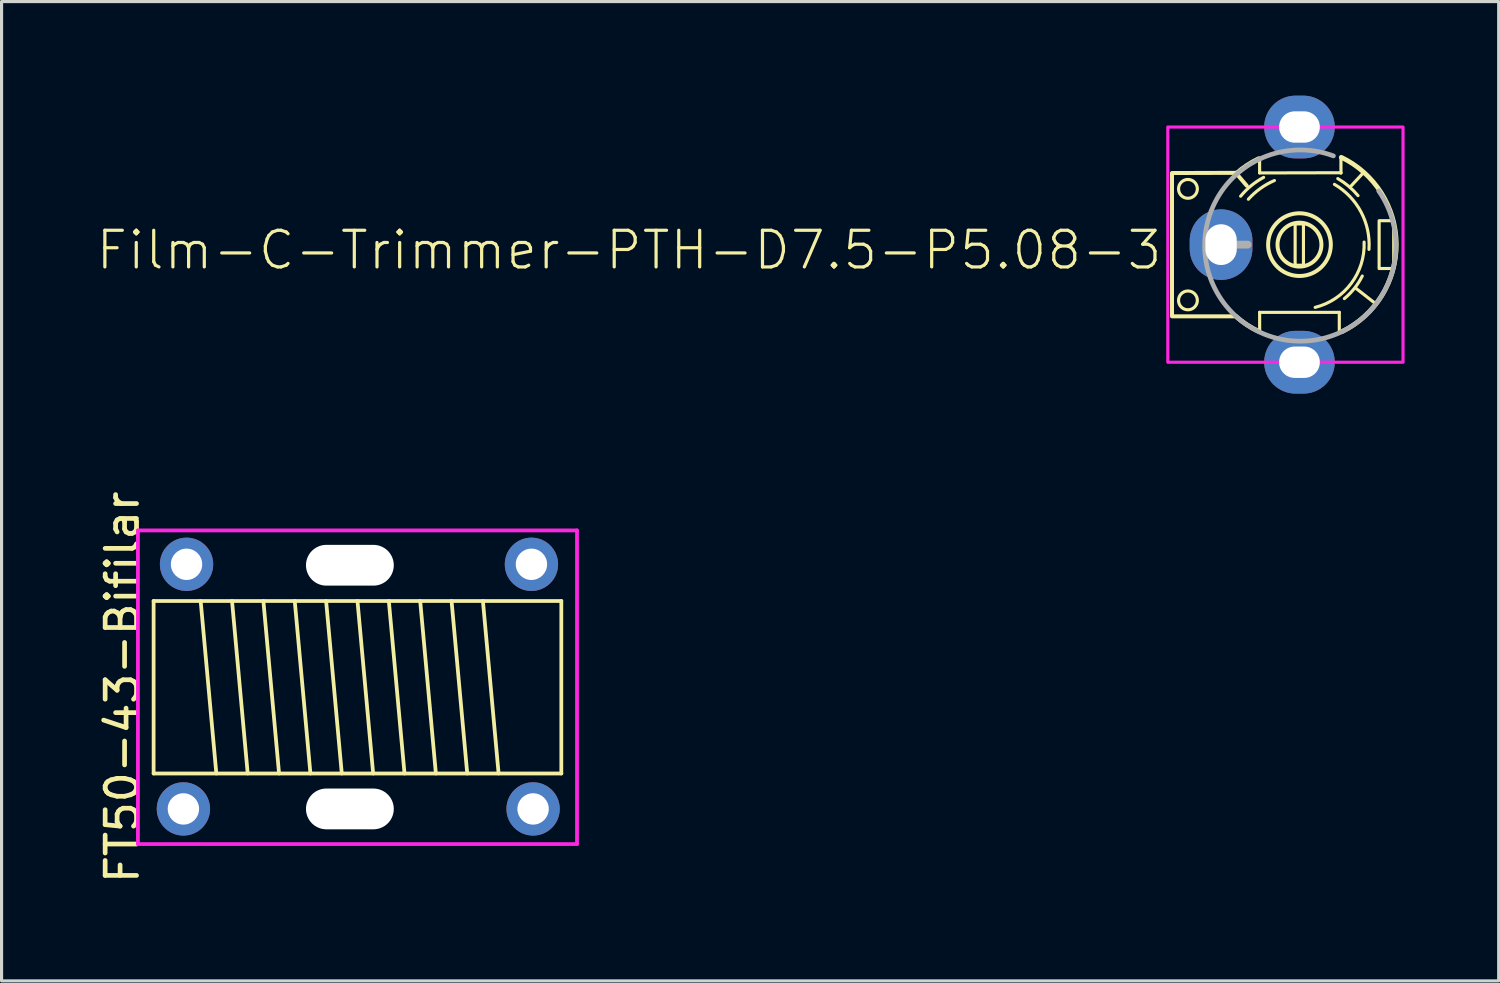
<source format=kicad_pcb>
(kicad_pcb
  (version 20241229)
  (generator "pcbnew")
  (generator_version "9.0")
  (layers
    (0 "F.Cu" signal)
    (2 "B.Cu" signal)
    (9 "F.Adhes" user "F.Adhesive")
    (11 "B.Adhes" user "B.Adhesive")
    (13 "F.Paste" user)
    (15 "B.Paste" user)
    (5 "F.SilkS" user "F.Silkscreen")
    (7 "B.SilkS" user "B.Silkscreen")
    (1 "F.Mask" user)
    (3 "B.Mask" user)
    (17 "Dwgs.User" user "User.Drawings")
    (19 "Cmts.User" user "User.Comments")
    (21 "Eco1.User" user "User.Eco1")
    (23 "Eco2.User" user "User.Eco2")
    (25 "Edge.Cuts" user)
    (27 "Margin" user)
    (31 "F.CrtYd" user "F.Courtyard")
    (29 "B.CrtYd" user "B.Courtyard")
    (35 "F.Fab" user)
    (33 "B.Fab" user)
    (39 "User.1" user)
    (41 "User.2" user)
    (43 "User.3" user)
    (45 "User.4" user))
  (footprint "Film-C-Trimmer-PTH-D7.5-P5.08-3"
    (layer "F.Cu")
    (at 38.384 4.75)
    (property "Reference" "Film-C-Trimmer-PTH-D7.5-P5.08-3" (at -4.318 -0.508 0) (layer "F.SilkS") (effects (font (size 1.168 1.168) (thickness 0.102)) (justify right top)))
    (fp_line (start -4.064 -2.25) (end -4.064 2.25) (stroke (width 0.127) (type solid)) (layer "F.SilkS"))
    (fp_line (start -4.064 2.286) (end -2.093 2.286) (stroke (width 0.127) (type solid)) (layer "F.SilkS"))
    (fp_line (start -2.032 -2.289) (end -4.064 -2.283) (stroke (width 0.127) (type solid)) (layer "F.SilkS"))
    (fp_line (start -2.032 -2.289) (end -1.679 -1.876) (stroke (width 0.127) (type solid)) (layer "F.SilkS"))
    (fp_line (start -1.271 -2.734) (end -1.27 -2.286) (stroke (width 0.1) (type default)) (layer "F.SilkS"))
    (fp_line (start -1.27 -2.286) (end 1.326 -2.292) (stroke (width 0.1) (type default)) (layer "F.SilkS"))
    (fp_line (start -1.27 2.159) (end -1.269 2.764) (stroke (width 0.1) (type default)) (layer "F.SilkS"))
    (fp_line (start -1.27 2.159) (end 1.27 2.159) (stroke (width 0.1) (type default)) (layer "F.SilkS"))
    (fp_line (start 1.27 2.765) (end 1.27 2.159) (stroke (width 0.1) (type default)) (layer "F.SilkS"))
    (fp_line (start 1.323 -2.279) (end 1.323 -2.764) (stroke (width 0.1) (type default)) (layer "F.SilkS"))
    (fp_line (start 2.032 -2.286) (end 1.652 -1.877) (stroke (width 0.1) (type default)) (layer "F.SilkS"))
    (fp_line (start 2.429 1.884) (end 1.811 1.402) (stroke (width 0.1) (type default)) (layer "F.SilkS"))
    (fp_rect (start -0.138 -0.661) (end 0.127 0.657) (stroke (width 0.1) (type default)) (fill no) (layer "F.SilkS"))
    (fp_rect (start 2.54 -0.762) (end 3.005 0.762) (stroke (width 0.1) (type default)) (fill no) (layer "F.SilkS"))
    (fp_arc (start -2.01302 -2.267569) (mid -1.671627 -2.529779) (end -1.296543 -2.741003) (stroke (width 0.15) (type default)) (layer "F.SilkS"))
    (fp_arc (start -1.876146 -1.543571) (mid -1.538948 -1.87994) (end -1.142605 -2.144059) (stroke (width 0.1) (type default)) (layer "F.SilkS"))
    (fp_arc (start -1.629711 -1.447122) (mid -1.246404 -1.790954) (end -0.797947 -2.043997) (stroke (width 0.1) (type default)) (layer "F.SilkS"))
    (fp_arc (start -1.294189 2.768776) (mid -1.682601 2.551451) (end -2.03533 2.280017) (stroke (width 0.15) (type default)) (layer "F.SilkS"))
    (fp_arc (start 1.115336 -1.921756) (mid 1.962406 -1.042154) (end 2.216743 0.152224) (stroke (width 0.1) (type default)) (layer "F.SilkS"))
    (fp_arc (start 1.22203 -2.105592) (mid 1.568177 -1.862175) (end 1.866944 -1.562496) (stroke (width 0.1) (type default)) (layer "F.SilkS"))
    (fp_arc (start 1.33269 -2.784538) (mid 3.086961 -0.014052) (end 1.357909 2.772243) (stroke (width 0.15) (type default)) (layer "F.SilkS"))
    (fp_arc (start 2.002676 1.001338) (mid 1.754507 1.391074) (end 1.431628 1.721574) (stroke (width 0.1) (type default)) (layer "F.SilkS"))
    (fp_arc (start 2.061092 -0.081254) (mid 1.650519 1.23713) (end 0.50028 2.001105) (stroke (width 0.1) (type default)) (layer "F.SilkS"))
    (fp_circle (center -3.556 -1.778) (end -3.256 -1.778) (stroke (width 0.1) (type solid)) (fill no) (layer "F.SilkS"))
    (fp_circle (center -3.556 1.778) (end -3.256 1.778) (stroke (width 0.1) (type solid)) (fill no) (layer "F.SilkS"))
    (fp_circle (center 0 0) (end 0.7 0) (stroke (width 0.127) (type solid)) (fill no) (layer "F.SilkS"))
    (fp_circle (center 0 0) (end 1 0) (stroke (width 0.127) (type solid)) (fill no) (layer "F.SilkS"))
    (fp_rect (start -4.198 -3.75) (end 3.302 3.75) (stroke (width 0.1) (type default)) (fill no) (layer "F.CrtYd"))
    (fp_line (start -2.413 0) (end -1.651 0) (stroke (width 0.25) (type solid)) (layer "F.Fab"))
    (fp_arc (start 2.527098 -1.713906) (mid -1.837712 2.442375) (end 1.082708 -2.829947) (stroke (width 0.15) (type default)) (layer "F.Fab"))
    (pad "1" thru_hole oval (at -2.5 0 270) (size 2.25 2) (drill oval 1.3 1) (layers "*.Cu" "*.Mask"))
    (pad "2" thru_hole oval (at 0 -3.75 270) (size 2 2.25) (drill oval 1 1.3) (layers "*.Cu" "*.Mask"))
    (pad "2" thru_hole oval (at 0 3.75 270) (size 2 2.25) (drill oval 1 1.3) (layers "*.Cu" "*.Mask")))
  (footprint "FT50-43-Bifilar"
    (layer "F.Cu")
    (at 7.598 16.243)
    (property "Reference" "FT50-43-Bifilar" (at -6.75 2.62 90) (unlocked yes) (layer "F.SilkS") (effects (font (size 1 1) (thickness 0.15))))
    (attr through_hole)
    (fp_line (start -5.75 -0.13) (end 7.25 -0.13) (stroke (width 0.12) (type solid)) (layer "F.SilkS"))
    (fp_line (start -5.75 5.37) (end -5.75 -0.13) (stroke (width 0.12) (type solid)) (layer "F.SilkS"))
    (fp_line (start -3.75 5.37) (end -4.25 -0.13) (stroke (width 0.12) (type solid)) (layer "F.SilkS"))
    (fp_line (start -2.75 5.37) (end -3.25 -0.13) (stroke (width 0.12) (type solid)) (layer "F.SilkS"))
    (fp_line (start -1.75 5.37) (end -2.25 -0.13) (stroke (width 0.12) (type solid)) (layer "F.SilkS"))
    (fp_line (start -0.75 5.37) (end -1.25 -0.13) (stroke (width 0.12) (type solid)) (layer "F.SilkS"))
    (fp_line (start 0.25 5.37) (end -0.25 -0.13) (stroke (width 0.12) (type solid)) (layer "F.SilkS"))
    (fp_line (start 1.25 5.37) (end 0.75 -0.13) (stroke (width 0.12) (type solid)) (layer "F.SilkS"))
    (fp_line (start 2.25 5.37) (end 1.75 -0.13) (stroke (width 0.12) (type solid)) (layer "F.SilkS"))
    (fp_line (start 3.25 5.37) (end 2.75 -0.13) (stroke (width 0.12) (type solid)) (layer "F.SilkS"))
    (fp_line (start 4.25 5.37) (end 3.75 -0.13) (stroke (width 0.12) (type solid)) (layer "F.SilkS"))
    (fp_line (start 5.25 5.37) (end 4.75 -0.13) (stroke (width 0.12) (type solid)) (layer "F.SilkS"))
    (fp_line (start 7.25 -0.13) (end 7.25 5.37) (stroke (width 0.12) (type solid)) (layer "F.SilkS"))
    (fp_line (start 7.25 5.37) (end -5.75 5.37) (stroke (width 0.12) (type solid)) (layer "F.SilkS"))
    (fp_line (start -6.25 -2.38) (end -6.25 7.62) (stroke (width 0.12) (type solid)) (layer "F.CrtYd"))
    (fp_line (start -6.25 7.62) (end 7.75 7.62) (stroke (width 0.12) (type solid)) (layer "F.CrtYd"))
    (fp_line (start 7.75 -2.38) (end -6.25 -2.38) (stroke (width 0.12) (type solid)) (layer "F.CrtYd"))
    (fp_line (start 7.75 7.62) (end 7.75 -2.38) (stroke (width 0.12) (type solid)) (layer "F.CrtYd"))
    (pad "" np_thru_hole oval (at 0.508 -1.27) (size 2.8 1.3) (drill oval 2.8 1.3) (layers "*.Cu" "*.Mask"))
    (pad "" np_thru_hole oval (at 0.508 6.5) (size 2.8 1.3) (drill oval 2.8 1.3) (layers "*.Cu" "*.Mask"))
    (pad "1" thru_hole circle (at -4.7 -1.3 90) (size 1.7 1.7) (drill 1) (layers "*.Cu" "*.Mask"))
    (pad "2" thru_hole circle (at 6.297 -1.3 90) (size 1.7 1.7) (drill 1) (layers "*.Cu" "*.Mask"))
    (pad "3" thru_hole circle (at -4.8 6.5 90) (size 1.7 1.7) (drill 1) (layers "*.Cu" "*.Mask"))
    (pad "4" thru_hole circle (at 6.35 6.5 90) (size 1.7 1.7) (drill 1) (layers "*.Cu" "*.Mask")))
  (gr_rect
    (start -3 -3)
    (end 44.736 28.226)
    (stroke (width 0.1) (type default))
    (fill no)
    (layer "Edge.Cuts")))
</source>
